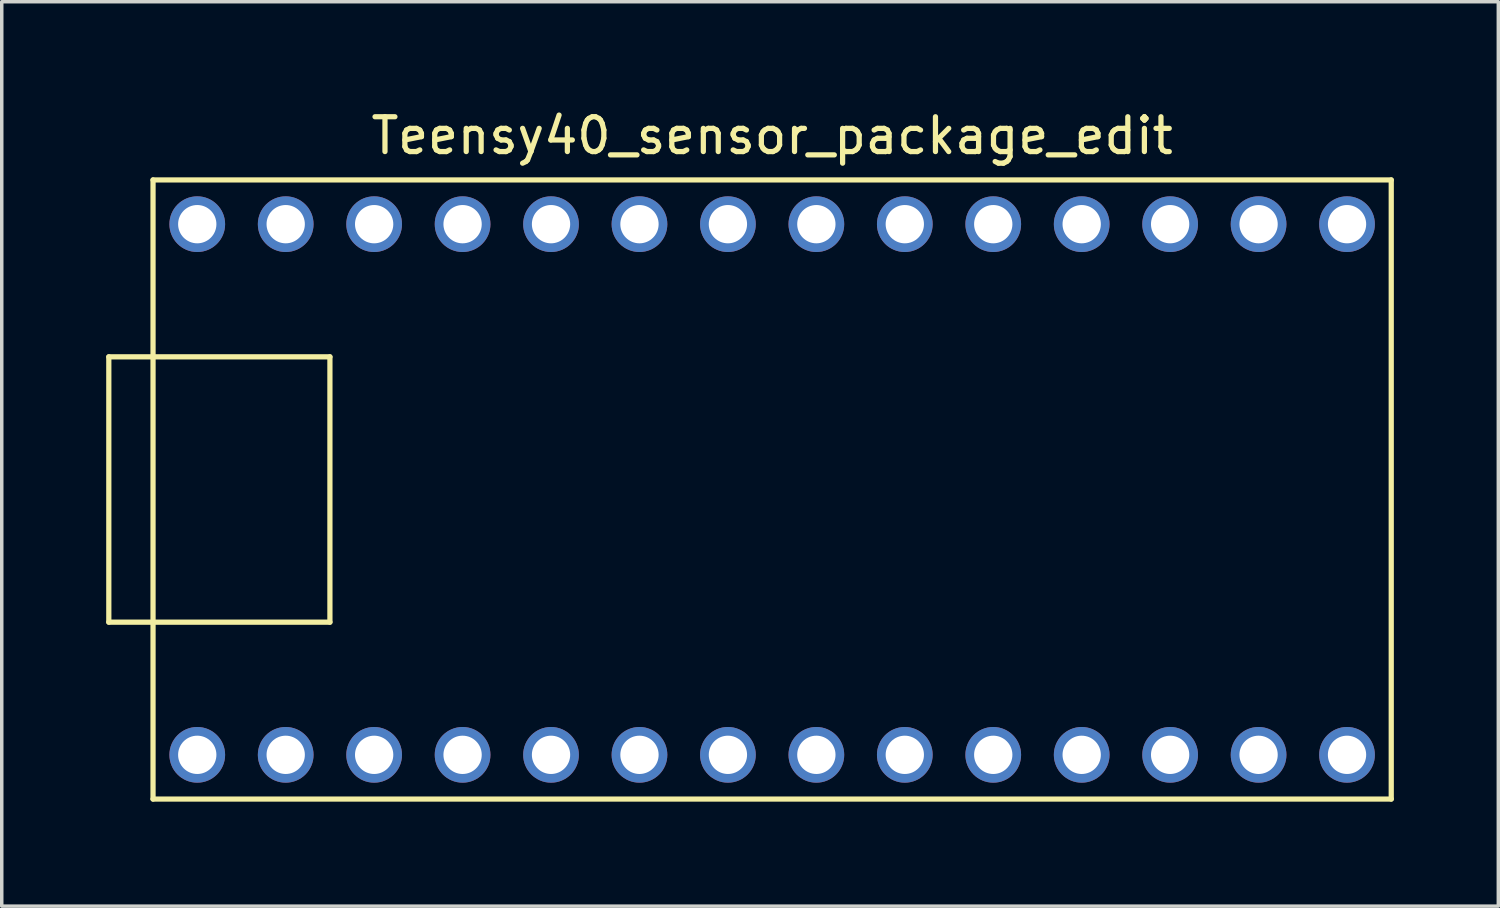
<source format=kicad_pcb>
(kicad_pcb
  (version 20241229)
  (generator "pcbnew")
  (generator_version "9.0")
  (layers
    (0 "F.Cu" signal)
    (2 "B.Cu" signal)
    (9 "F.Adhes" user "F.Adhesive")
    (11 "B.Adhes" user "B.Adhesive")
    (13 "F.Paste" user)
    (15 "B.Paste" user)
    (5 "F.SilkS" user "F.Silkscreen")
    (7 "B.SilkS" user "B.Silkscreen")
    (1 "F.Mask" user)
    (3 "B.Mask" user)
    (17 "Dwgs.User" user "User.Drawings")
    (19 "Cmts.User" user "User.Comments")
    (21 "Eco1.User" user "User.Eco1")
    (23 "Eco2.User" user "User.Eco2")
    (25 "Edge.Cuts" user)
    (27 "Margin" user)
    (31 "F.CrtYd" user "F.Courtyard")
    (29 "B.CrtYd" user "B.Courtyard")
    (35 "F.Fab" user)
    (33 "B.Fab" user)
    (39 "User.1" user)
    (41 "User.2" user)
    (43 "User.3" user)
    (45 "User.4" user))
  (footprint "Teensy40_sensor_package_edit"
    (layer "F.Cu")
    (at 19.125 11.008)
    (property "Reference" "Teensy40_sensor_package_edit" (at 0 -10.16 0) (layer "F.SilkS") (effects (font (size 1 1) (thickness 0.15))))
    (attr through_hole)
    (fp_line (start -19.05 -3.81) (end -17.78 -3.81) (stroke (width 0.15) (type solid)) (layer "F.SilkS"))
    (fp_line (start -19.05 3.81) (end -19.05 -3.81) (stroke (width 0.15) (type solid)) (layer "F.SilkS"))
    (fp_line (start -17.78 -8.89) (end 17.78 -8.89) (stroke (width 0.15) (type solid)) (layer "F.SilkS"))
    (fp_line (start -17.78 3.81) (end -19.05 3.81) (stroke (width 0.15) (type solid)) (layer "F.SilkS"))
    (fp_line (start -17.78 8.89) (end -17.78 -8.89) (stroke (width 0.15) (type solid)) (layer "F.SilkS"))
    (fp_line (start -12.7 -3.81) (end -17.78 -3.81) (stroke (width 0.15) (type solid)) (layer "F.SilkS"))
    (fp_line (start -12.7 3.81) (end -17.78 3.81) (stroke (width 0.15) (type solid)) (layer "F.SilkS"))
    (fp_line (start -12.7 3.81) (end -12.7 -3.81) (stroke (width 0.15) (type solid)) (layer "F.SilkS"))
    (fp_line (start 17.78 -8.89) (end 17.78 8.89) (stroke (width 0.15) (type solid)) (layer "F.SilkS"))
    (fp_line (start 17.78 8.89) (end -17.78 8.89) (stroke (width 0.15) (type solid)) (layer "F.SilkS"))
    (pad "1" thru_hole circle (at -16.51 7.62) (size 1.6 1.6) (drill 1.1) (layers "*.Cu" "*.Mask"))
    (pad "2" thru_hole circle (at -13.97 7.62) (size 1.6 1.6) (drill 1.1) (layers "*.Cu" "*.Mask"))
    (pad "3" thru_hole circle (at -11.43 7.62) (size 1.6 1.6) (drill 1.1) (layers "*.Cu" "*.Mask"))
    (pad "4" thru_hole circle (at -8.89 7.62) (size 1.6 1.6) (drill 1.1) (layers "*.Cu" "*.Mask"))
    (pad "5" thru_hole circle (at -6.35 7.62) (size 1.6 1.6) (drill 1.1) (layers "*.Cu" "*.Mask"))
    (pad "6" thru_hole circle (at -3.81 7.62) (size 1.6 1.6) (drill 1.1) (layers "*.Cu" "*.Mask"))
    (pad "7" thru_hole circle (at -1.27 7.62) (size 1.6 1.6) (drill 1.1) (layers "*.Cu" "*.Mask"))
    (pad "8" thru_hole circle (at 1.27 7.62) (size 1.6 1.6) (drill 1.1) (layers "*.Cu" "*.Mask"))
    (pad "9" thru_hole circle (at 3.81 7.62) (size 1.6 1.6) (drill 1.1) (layers "*.Cu" "*.Mask"))
    (pad "10" thru_hole circle (at 6.35 7.62) (size 1.6 1.6) (drill 1.1) (layers "*.Cu" "*.Mask"))
    (pad "11" thru_hole circle (at 8.89 7.62) (size 1.6 1.6) (drill 1.1) (layers "*.Cu" "*.Mask"))
    (pad "12" thru_hole circle (at 11.43 7.62) (size 1.6 1.6) (drill 1.1) (layers "*.Cu" "*.Mask"))
    (pad "13" thru_hole circle (at 13.97 7.62) (size 1.6 1.6) (drill 1.1) (layers "*.Cu" "*.Mask"))
    (pad "14" thru_hole circle (at 16.51 7.62) (size 1.6 1.6) (drill 1.1) (layers "*.Cu" "*.Mask"))
    (pad "20" thru_hole circle (at 16.51 -7.62) (size 1.6 1.6) (drill 1.1) (layers "*.Cu" "*.Mask"))
    (pad "21" thru_hole circle (at 13.97 -7.62) (size 1.6 1.6) (drill 1.1) (layers "*.Cu" "*.Mask"))
    (pad "22" thru_hole circle (at 11.43 -7.62) (size 1.6 1.6) (drill 1.1) (layers "*.Cu" "*.Mask"))
    (pad "23" thru_hole circle (at 8.89 -7.62) (size 1.6 1.6) (drill 1.1) (layers "*.Cu" "*.Mask"))
    (pad "24" thru_hole circle (at 6.35 -7.62) (size 1.6 1.6) (drill 1.1) (layers "*.Cu" "*.Mask"))
    (pad "25" thru_hole circle (at 3.81 -7.62) (size 1.6 1.6) (drill 1.1) (layers "*.Cu" "*.Mask"))
    (pad "26" thru_hole circle (at 1.27 -7.62) (size 1.6 1.6) (drill 1.1) (layers "*.Cu" "*.Mask"))
    (pad "27" thru_hole circle (at -1.27 -7.62) (size 1.6 1.6) (drill 1.1) (layers "*.Cu" "*.Mask"))
    (pad "28" thru_hole circle (at -3.81 -7.62) (size 1.6 1.6) (drill 1.1) (layers "*.Cu" "*.Mask"))
    (pad "29" thru_hole circle (at -6.35 -7.62) (size 1.6 1.6) (drill 1.1) (layers "*.Cu" "*.Mask"))
    (pad "30" thru_hole circle (at -8.89 -7.62) (size 1.6 1.6) (drill 1.1) (layers "*.Cu" "*.Mask"))
    (pad "31" thru_hole circle (at -11.43 -7.62) (size 1.6 1.6) (drill 1.1) (layers "*.Cu" "*.Mask"))
    (pad "32" thru_hole circle (at -13.97 -7.62) (size 1.6 1.6) (drill 1.1) (layers "*.Cu" "*.Mask"))
    (pad "33" thru_hole circle (at -16.51 -7.62) (size 1.6 1.6) (drill 1.1) (layers "*.Cu" "*.Mask")))
  (gr_rect
    (start -3 -3)
    (end 39.98 22.973)
    (stroke (width 0.1) (type default))
    (fill no)
    (layer "Edge.Cuts")))
</source>
